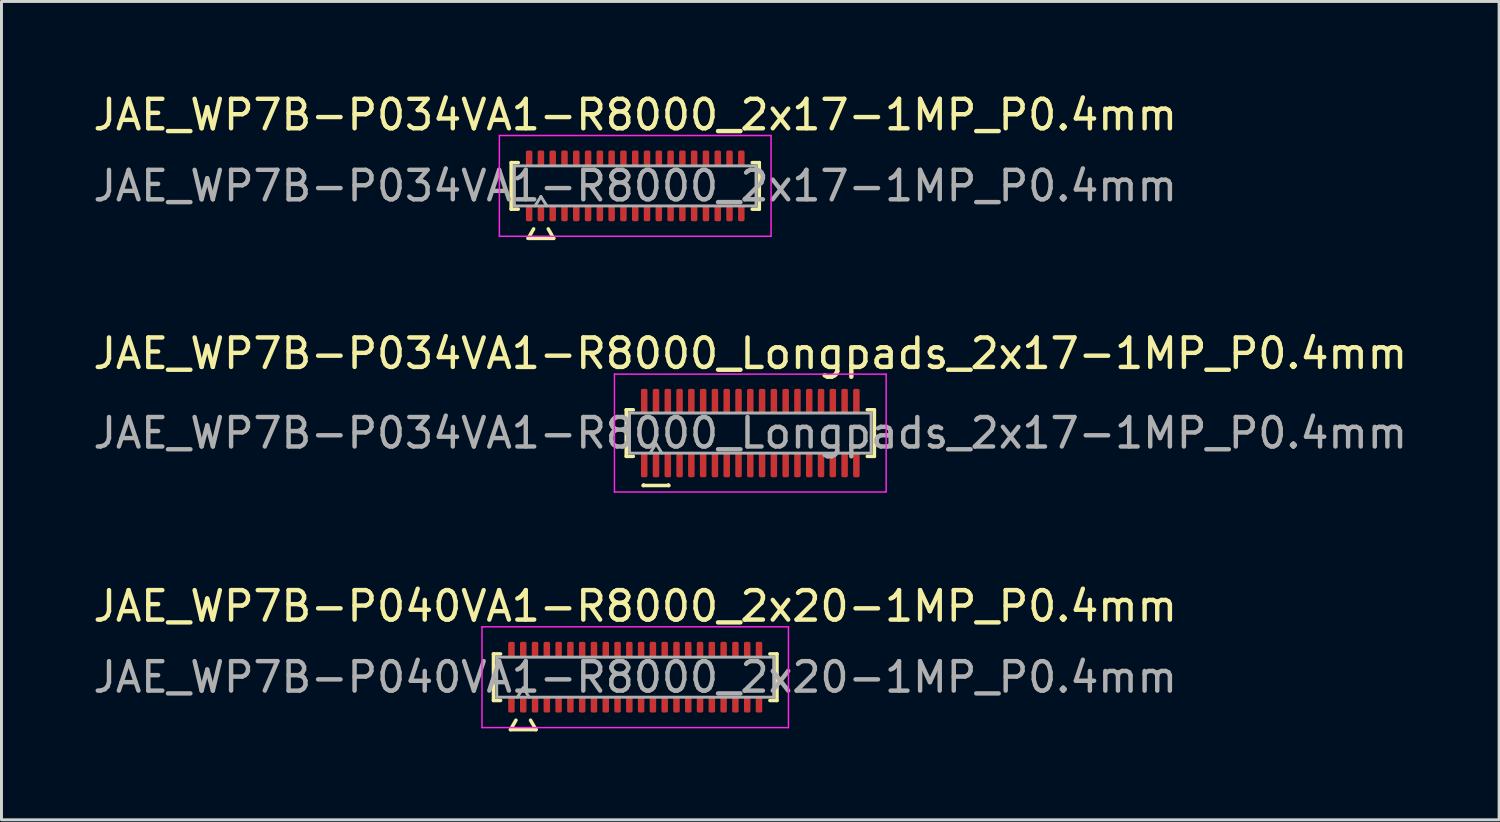
<source format=kicad_pcb>
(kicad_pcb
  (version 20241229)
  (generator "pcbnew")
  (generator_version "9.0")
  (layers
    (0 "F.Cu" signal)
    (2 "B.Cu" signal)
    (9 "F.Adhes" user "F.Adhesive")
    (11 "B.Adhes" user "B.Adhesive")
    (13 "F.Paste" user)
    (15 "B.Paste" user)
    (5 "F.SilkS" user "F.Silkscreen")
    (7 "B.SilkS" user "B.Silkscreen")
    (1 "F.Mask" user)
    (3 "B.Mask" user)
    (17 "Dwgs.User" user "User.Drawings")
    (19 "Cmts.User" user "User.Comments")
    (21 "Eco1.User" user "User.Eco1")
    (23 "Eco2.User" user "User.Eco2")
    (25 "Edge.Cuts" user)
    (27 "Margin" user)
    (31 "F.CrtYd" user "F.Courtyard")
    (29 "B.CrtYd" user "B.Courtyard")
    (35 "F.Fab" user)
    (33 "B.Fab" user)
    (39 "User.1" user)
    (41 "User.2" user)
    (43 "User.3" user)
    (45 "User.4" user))
  (footprint "JAE_WP7B-P040VA1-R8000_2x20-1MP_P0.4mm"
    (layer "F.Cu")
    (at 18.506 19.93)
    (property "Reference" "JAE_WP7B-P040VA1-R8000_2x20-1MP_P0.4mm" (at 0 -2.41 0) (layer "F.SilkS") (effects (font (size 1 1) (thickness 0.15))))
    (attr smd)
    (fp_line (start -4.81 -0.79) (end -4.57 -0.79) (stroke (width 0.12) (type solid)) (layer "F.SilkS"))
    (fp_line (start -4.81 0.79) (end -4.81 -0.79) (stroke (width 0.12) (type solid)) (layer "F.SilkS"))
    (fp_line (start -4.57 0.79) (end -4.81 0.79) (stroke (width 0.12) (type solid)) (layer "F.SilkS"))
    (fp_line (start -4.233 1.78) (end -4.048 1.46) (stroke (width 0.12) (type solid)) (layer "F.SilkS"))
    (fp_line (start -3.552 1.46) (end -3.367 1.78) (stroke (width 0.12) (type solid)) (layer "F.SilkS"))
    (fp_line (start -3.367 1.78) (end -4.233 1.78) (stroke (width 0.12) (type solid)) (layer "F.SilkS"))
    (fp_line (start 4.57 -0.79) (end 4.81 -0.79) (stroke (width 0.12) (type solid)) (layer "F.SilkS"))
    (fp_line (start 4.81 -0.79) (end 4.81 0.79) (stroke (width 0.12) (type solid)) (layer "F.SilkS"))
    (fp_line (start 4.81 0.79) (end 4.57 0.79) (stroke (width 0.12) (type solid)) (layer "F.SilkS"))
    (fp_line (start -5.2 -1.71) (end -5.2 1.71) (stroke (width 0.05) (type solid)) (layer "F.CrtYd"))
    (fp_line (start -5.2 1.71) (end 5.2 1.71) (stroke (width 0.05) (type solid)) (layer "F.CrtYd"))
    (fp_line (start 5.2 -1.71) (end -5.2 -1.71) (stroke (width 0.05) (type solid)) (layer "F.CrtYd"))
    (fp_line (start 5.2 1.71) (end 5.2 -1.71) (stroke (width 0.05) (type solid)) (layer "F.CrtYd"))
    (fp_line (start -4.7 -0.68) (end 4.7 -0.68) (stroke (width 0.1) (type solid)) (layer "F.Fab"))
    (fp_line (start -4.7 0.68) (end -4.7 -0.68) (stroke (width 0.1) (type solid)) (layer "F.Fab"))
    (fp_line (start -4 0.68) (end -3.8 0.36) (stroke (width 0.1) (type solid)) (layer "F.Fab"))
    (fp_line (start -3.8 0.36) (end -3.6 0.68) (stroke (width 0.1) (type solid)) (layer "F.Fab"))
    (fp_line (start 4.7 -0.68) (end 4.7 0.68) (stroke (width 0.1) (type solid)) (layer "F.Fab"))
    (fp_line (start 4.7 0.68) (end -4.7 0.68) (stroke (width 0.1) (type solid)) (layer "F.Fab"))
    (fp_text user "${REFERENCE}" (at 0 0 0) (layer "F.Fab") (effects (font (size 1 1) (thickness 0.15))))
    (pad "1" smd roundrect (at -3.8 0.925) (size 0.22 0.55) (layers "F.Cu" "F.Mask" "F.Paste") (roundrect_rratio 0.25))
    (pad "2" smd roundrect (at -3.8 -0.925) (size 0.22 0.55) (layers "F.Cu" "F.Mask" "F.Paste") (roundrect_rratio 0.25))
    (pad "3" smd roundrect (at -3.4 0.925) (size 0.22 0.55) (layers "F.Cu" "F.Mask" "F.Paste") (roundrect_rratio 0.25))
    (pad "4" smd roundrect (at -3.4 -0.925) (size 0.22 0.55) (layers "F.Cu" "F.Mask" "F.Paste") (roundrect_rratio 0.25))
    (pad "5" smd roundrect (at -3 0.925) (size 0.22 0.55) (layers "F.Cu" "F.Mask" "F.Paste") (roundrect_rratio 0.25))
    (pad "6" smd roundrect (at -3 -0.925) (size 0.22 0.55) (layers "F.Cu" "F.Mask" "F.Paste") (roundrect_rratio 0.25))
    (pad "7" smd roundrect (at -2.6 0.925) (size 0.22 0.55) (layers "F.Cu" "F.Mask" "F.Paste") (roundrect_rratio 0.25))
    (pad "8" smd roundrect (at -2.6 -0.925) (size 0.22 0.55) (layers "F.Cu" "F.Mask" "F.Paste") (roundrect_rratio 0.25))
    (pad "9" smd roundrect (at -2.2 0.925) (size 0.22 0.55) (layers "F.Cu" "F.Mask" "F.Paste") (roundrect_rratio 0.25))
    (pad "10" smd roundrect (at -2.2 -0.925) (size 0.22 0.55) (layers "F.Cu" "F.Mask" "F.Paste") (roundrect_rratio 0.25))
    (pad "11" smd roundrect (at -1.8 0.925) (size 0.22 0.55) (layers "F.Cu" "F.Mask" "F.Paste") (roundrect_rratio 0.25))
    (pad "12" smd roundrect (at -1.8 -0.925) (size 0.22 0.55) (layers "F.Cu" "F.Mask" "F.Paste") (roundrect_rratio 0.25))
    (pad "13" smd roundrect (at -1.4 0.925) (size 0.22 0.55) (layers "F.Cu" "F.Mask" "F.Paste") (roundrect_rratio 0.25))
    (pad "14" smd roundrect (at -1.4 -0.925) (size 0.22 0.55) (layers "F.Cu" "F.Mask" "F.Paste") (roundrect_rratio 0.25))
    (pad "15" smd roundrect (at -1 0.925) (size 0.22 0.55) (layers "F.Cu" "F.Mask" "F.Paste") (roundrect_rratio 0.25))
    (pad "16" smd roundrect (at -1 -0.925) (size 0.22 0.55) (layers "F.Cu" "F.Mask" "F.Paste") (roundrect_rratio 0.25))
    (pad "17" smd roundrect (at -0.6 0.925) (size 0.22 0.55) (layers "F.Cu" "F.Mask" "F.Paste") (roundrect_rratio 0.25))
    (pad "18" smd roundrect (at -0.6 -0.925) (size 0.22 0.55) (layers "F.Cu" "F.Mask" "F.Paste") (roundrect_rratio 0.25))
    (pad "19" smd roundrect (at -0.2 0.925) (size 0.22 0.55) (layers "F.Cu" "F.Mask" "F.Paste") (roundrect_rratio 0.25))
    (pad "20" smd roundrect (at -0.2 -0.925) (size 0.22 0.55) (layers "F.Cu" "F.Mask" "F.Paste") (roundrect_rratio 0.25))
    (pad "21" smd roundrect (at 0.2 0.925) (size 0.22 0.55) (layers "F.Cu" "F.Mask" "F.Paste") (roundrect_rratio 0.25))
    (pad "22" smd roundrect (at 0.2 -0.925) (size 0.22 0.55) (layers "F.Cu" "F.Mask" "F.Paste") (roundrect_rratio 0.25))
    (pad "23" smd roundrect (at 0.6 0.925) (size 0.22 0.55) (layers "F.Cu" "F.Mask" "F.Paste") (roundrect_rratio 0.25))
    (pad "24" smd roundrect (at 0.6 -0.925) (size 0.22 0.55) (layers "F.Cu" "F.Mask" "F.Paste") (roundrect_rratio 0.25))
    (pad "25" smd roundrect (at 1 0.925) (size 0.22 0.55) (layers "F.Cu" "F.Mask" "F.Paste") (roundrect_rratio 0.25))
    (pad "26" smd roundrect (at 1 -0.925) (size 0.22 0.55) (layers "F.Cu" "F.Mask" "F.Paste") (roundrect_rratio 0.25))
    (pad "27" smd roundrect (at 1.4 0.925) (size 0.22 0.55) (layers "F.Cu" "F.Mask" "F.Paste") (roundrect_rratio 0.25))
    (pad "28" smd roundrect (at 1.4 -0.925) (size 0.22 0.55) (layers "F.Cu" "F.Mask" "F.Paste") (roundrect_rratio 0.25))
    (pad "29" smd roundrect (at 1.8 0.925) (size 0.22 0.55) (layers "F.Cu" "F.Mask" "F.Paste") (roundrect_rratio 0.25))
    (pad "30" smd roundrect (at 1.8 -0.925) (size 0.22 0.55) (layers "F.Cu" "F.Mask" "F.Paste") (roundrect_rratio 0.25))
    (pad "31" smd roundrect (at 2.2 0.925) (size 0.22 0.55) (layers "F.Cu" "F.Mask" "F.Paste") (roundrect_rratio 0.25))
    (pad "32" smd roundrect (at 2.2 -0.925) (size 0.22 0.55) (layers "F.Cu" "F.Mask" "F.Paste") (roundrect_rratio 0.25))
    (pad "33" smd roundrect (at 2.6 0.925) (size 0.22 0.55) (layers "F.Cu" "F.Mask" "F.Paste") (roundrect_rratio 0.25))
    (pad "34" smd roundrect (at 2.6 -0.925) (size 0.22 0.55) (layers "F.Cu" "F.Mask" "F.Paste") (roundrect_rratio 0.25))
    (pad "35" smd roundrect (at 3 0.925) (size 0.22 0.55) (layers "F.Cu" "F.Mask" "F.Paste") (roundrect_rratio 0.25))
    (pad "36" smd roundrect (at 3 -0.925) (size 0.22 0.55) (layers "F.Cu" "F.Mask" "F.Paste") (roundrect_rratio 0.25))
    (pad "37" smd roundrect (at 3.4 0.925) (size 0.22 0.55) (layers "F.Cu" "F.Mask" "F.Paste") (roundrect_rratio 0.25))
    (pad "38" smd roundrect (at 3.4 -0.925) (size 0.22 0.55) (layers "F.Cu" "F.Mask" "F.Paste") (roundrect_rratio 0.25))
    (pad "39" smd roundrect (at 3.8 0.925) (size 0.22 0.55) (layers "F.Cu" "F.Mask" "F.Paste") (roundrect_rratio 0.25))
    (pad "40" smd roundrect (at 3.8 -0.925) (size 0.22 0.55) (layers "F.Cu" "F.Mask" "F.Paste") (roundrect_rratio 0.25))
    (pad "MP" smd roundrect (at -4.2 -0.925) (size 0.22 0.55) (layers "F.Cu" "F.Mask" "F.Paste") (roundrect_rratio 0.25))
    (pad "MP" smd roundrect (at -4.2 0.925) (size 0.22 0.55) (layers "F.Cu" "F.Mask" "F.Paste") (roundrect_rratio 0.25))
    (pad "MP" smd roundrect (at 4.2 -0.925) (size 0.22 0.55) (layers "F.Cu" "F.Mask" "F.Paste") (roundrect_rratio 0.25))
    (pad "MP" smd roundrect (at 4.2 0.925) (size 0.22 0.55) (layers "F.Cu" "F.Mask" "F.Paste") (roundrect_rratio 0.25)))
  (footprint "JAE_WP7B-P034VA1-R8000_2x17-1MP_P0.4mm"
    (layer "F.Cu")
    (at 18.506 3.258)
    (property "Reference" "JAE_WP7B-P034VA1-R8000_2x17-1MP_P0.4mm" (at 0 -2.41 0) (layer "F.SilkS") (effects (font (size 1 1) (thickness 0.15))))
    (attr smd)
    (fp_line (start -4.21 -0.79) (end -3.97 -0.79) (stroke (width 0.12) (type solid)) (layer "F.SilkS"))
    (fp_line (start -4.21 0.79) (end -4.21 -0.79) (stroke (width 0.12) (type solid)) (layer "F.SilkS"))
    (fp_line (start -3.97 0.79) (end -4.21 0.79) (stroke (width 0.12) (type solid)) (layer "F.SilkS"))
    (fp_line (start -3.633 1.78) (end -3.448 1.46) (stroke (width 0.12) (type solid)) (layer "F.SilkS"))
    (fp_line (start -2.952 1.46) (end -2.767 1.78) (stroke (width 0.12) (type solid)) (layer "F.SilkS"))
    (fp_line (start -2.767 1.78) (end -3.633 1.78) (stroke (width 0.12) (type solid)) (layer "F.SilkS"))
    (fp_line (start 3.97 -0.79) (end 4.21 -0.79) (stroke (width 0.12) (type solid)) (layer "F.SilkS"))
    (fp_line (start 4.21 -0.79) (end 4.21 0.79) (stroke (width 0.12) (type solid)) (layer "F.SilkS"))
    (fp_line (start 4.21 0.79) (end 3.97 0.79) (stroke (width 0.12) (type solid)) (layer "F.SilkS"))
    (fp_line (start -4.61 -1.71) (end -4.61 1.71) (stroke (width 0.05) (type solid)) (layer "F.CrtYd"))
    (fp_line (start -4.61 1.71) (end 4.61 1.71) (stroke (width 0.05) (type solid)) (layer "F.CrtYd"))
    (fp_line (start 4.61 -1.71) (end -4.61 -1.71) (stroke (width 0.05) (type solid)) (layer "F.CrtYd"))
    (fp_line (start 4.61 1.71) (end 4.61 -1.71) (stroke (width 0.05) (type solid)) (layer "F.CrtYd"))
    (fp_line (start -4.1 -0.68) (end 4.1 -0.68) (stroke (width 0.1) (type solid)) (layer "F.Fab"))
    (fp_line (start -4.1 0.68) (end -4.1 -0.68) (stroke (width 0.1) (type solid)) (layer "F.Fab"))
    (fp_line (start -3.4 0.68) (end -3.2 0.36) (stroke (width 0.1) (type solid)) (layer "F.Fab"))
    (fp_line (start -3.2 0.36) (end -3 0.68) (stroke (width 0.1) (type solid)) (layer "F.Fab"))
    (fp_line (start 4.1 -0.68) (end 4.1 0.68) (stroke (width 0.1) (type solid)) (layer "F.Fab"))
    (fp_line (start 4.1 0.68) (end -4.1 0.68) (stroke (width 0.1) (type solid)) (layer "F.Fab"))
    (fp_text user "${REFERENCE}" (at 0 0 0) (layer "F.Fab") (effects (font (size 1 1) (thickness 0.15))))
    (pad "1" smd roundrect (at -3.2 0.925) (size 0.22 0.55) (layers "F.Cu" "F.Mask" "F.Paste") (roundrect_rratio 0.25))
    (pad "2" smd roundrect (at -3.2 -0.925) (size 0.22 0.55) (layers "F.Cu" "F.Mask" "F.Paste") (roundrect_rratio 0.25))
    (pad "3" smd roundrect (at -2.8 0.925) (size 0.22 0.55) (layers "F.Cu" "F.Mask" "F.Paste") (roundrect_rratio 0.25))
    (pad "4" smd roundrect (at -2.8 -0.925) (size 0.22 0.55) (layers "F.Cu" "F.Mask" "F.Paste") (roundrect_rratio 0.25))
    (pad "5" smd roundrect (at -2.4 0.925) (size 0.22 0.55) (layers "F.Cu" "F.Mask" "F.Paste") (roundrect_rratio 0.25))
    (pad "6" smd roundrect (at -2.4 -0.925) (size 0.22 0.55) (layers "F.Cu" "F.Mask" "F.Paste") (roundrect_rratio 0.25))
    (pad "7" smd roundrect (at -2 0.925) (size 0.22 0.55) (layers "F.Cu" "F.Mask" "F.Paste") (roundrect_rratio 0.25))
    (pad "8" smd roundrect (at -2 -0.925) (size 0.22 0.55) (layers "F.Cu" "F.Mask" "F.Paste") (roundrect_rratio 0.25))
    (pad "9" smd roundrect (at -1.6 0.925) (size 0.22 0.55) (layers "F.Cu" "F.Mask" "F.Paste") (roundrect_rratio 0.25))
    (pad "10" smd roundrect (at -1.6 -0.925) (size 0.22 0.55) (layers "F.Cu" "F.Mask" "F.Paste") (roundrect_rratio 0.25))
    (pad "11" smd roundrect (at -1.2 0.925) (size 0.22 0.55) (layers "F.Cu" "F.Mask" "F.Paste") (roundrect_rratio 0.25))
    (pad "12" smd roundrect (at -1.2 -0.925) (size 0.22 0.55) (layers "F.Cu" "F.Mask" "F.Paste") (roundrect_rratio 0.25))
    (pad "13" smd roundrect (at -0.8 0.925) (size 0.22 0.55) (layers "F.Cu" "F.Mask" "F.Paste") (roundrect_rratio 0.25))
    (pad "14" smd roundrect (at -0.8 -0.925) (size 0.22 0.55) (layers "F.Cu" "F.Mask" "F.Paste") (roundrect_rratio 0.25))
    (pad "15" smd roundrect (at -0.4 0.925) (size 0.22 0.55) (layers "F.Cu" "F.Mask" "F.Paste") (roundrect_rratio 0.25))
    (pad "16" smd roundrect (at -0.4 -0.925) (size 0.22 0.55) (layers "F.Cu" "F.Mask" "F.Paste") (roundrect_rratio 0.25))
    (pad "17" smd roundrect (at 0 0.925) (size 0.22 0.55) (layers "F.Cu" "F.Mask" "F.Paste") (roundrect_rratio 0.25))
    (pad "18" smd roundrect (at 0 -0.925) (size 0.22 0.55) (layers "F.Cu" "F.Mask" "F.Paste") (roundrect_rratio 0.25))
    (pad "19" smd roundrect (at 0.4 0.925) (size 0.22 0.55) (layers "F.Cu" "F.Mask" "F.Paste") (roundrect_rratio 0.25))
    (pad "20" smd roundrect (at 0.4 -0.925) (size 0.22 0.55) (layers "F.Cu" "F.Mask" "F.Paste") (roundrect_rratio 0.25))
    (pad "21" smd roundrect (at 0.8 0.925) (size 0.22 0.55) (layers "F.Cu" "F.Mask" "F.Paste") (roundrect_rratio 0.25))
    (pad "22" smd roundrect (at 0.8 -0.925) (size 0.22 0.55) (layers "F.Cu" "F.Mask" "F.Paste") (roundrect_rratio 0.25))
    (pad "23" smd roundrect (at 1.2 0.925) (size 0.22 0.55) (layers "F.Cu" "F.Mask" "F.Paste") (roundrect_rratio 0.25))
    (pad "24" smd roundrect (at 1.2 -0.925) (size 0.22 0.55) (layers "F.Cu" "F.Mask" "F.Paste") (roundrect_rratio 0.25))
    (pad "25" smd roundrect (at 1.6 0.925) (size 0.22 0.55) (layers "F.Cu" "F.Mask" "F.Paste") (roundrect_rratio 0.25))
    (pad "26" smd roundrect (at 1.6 -0.925) (size 0.22 0.55) (layers "F.Cu" "F.Mask" "F.Paste") (roundrect_rratio 0.25))
    (pad "27" smd roundrect (at 2 0.925) (size 0.22 0.55) (layers "F.Cu" "F.Mask" "F.Paste") (roundrect_rratio 0.25))
    (pad "28" smd roundrect (at 2 -0.925) (size 0.22 0.55) (layers "F.Cu" "F.Mask" "F.Paste") (roundrect_rratio 0.25))
    (pad "29" smd roundrect (at 2.4 0.925) (size 0.22 0.55) (layers "F.Cu" "F.Mask" "F.Paste") (roundrect_rratio 0.25))
    (pad "30" smd roundrect (at 2.4 -0.925) (size 0.22 0.55) (layers "F.Cu" "F.Mask" "F.Paste") (roundrect_rratio 0.25))
    (pad "31" smd roundrect (at 2.8 0.925) (size 0.22 0.55) (layers "F.Cu" "F.Mask" "F.Paste") (roundrect_rratio 0.25))
    (pad "32" smd roundrect (at 2.8 -0.925) (size 0.22 0.55) (layers "F.Cu" "F.Mask" "F.Paste") (roundrect_rratio 0.25))
    (pad "33" smd roundrect (at 3.2 0.925) (size 0.22 0.55) (layers "F.Cu" "F.Mask" "F.Paste") (roundrect_rratio 0.25))
    (pad "34" smd roundrect (at 3.2 -0.925) (size 0.22 0.55) (layers "F.Cu" "F.Mask" "F.Paste") (roundrect_rratio 0.25))
    (pad "MP" smd roundrect (at -3.6 -0.925) (size 0.22 0.55) (layers "F.Cu" "F.Mask" "F.Paste") (roundrect_rratio 0.25))
    (pad "MP" smd roundrect (at -3.6 0.925) (size 0.22 0.55) (layers "F.Cu" "F.Mask" "F.Paste") (roundrect_rratio 0.25))
    (pad "MP" smd roundrect (at 3.6 -0.925) (size 0.22 0.55) (layers "F.Cu" "F.Mask" "F.Paste") (roundrect_rratio 0.25))
    (pad "MP" smd roundrect (at 3.6 0.925) (size 0.22 0.55) (layers "F.Cu" "F.Mask" "F.Paste") (roundrect_rratio 0.25)))
  (footprint "JAE_WP7B-P034VA1-R8000_Longpads_2x17-1MP_P0.4mm"
    (layer "F.Cu")
    (at 22.411 11.646)
    (property "Reference" "JAE_WP7B-P034VA1-R8000_Longpads_2x17-1MP_P0.4mm" (at 0 -2.7 0) (layer "F.SilkS") (effects (font (size 1 1) (thickness 0.15))))
    (attr smd)
    (fp_line (start -4.21 -0.79) (end -3.97 -0.79) (stroke (width 0.12) (type solid)) (layer "F.SilkS"))
    (fp_line (start -4.21 0.79) (end -4.21 -0.79) (stroke (width 0.12) (type solid)) (layer "F.SilkS"))
    (fp_line (start -3.97 0.79) (end -4.21 0.79) (stroke (width 0.12) (type solid)) (layer "F.SilkS"))
    (fp_line (start -3.633 1.78) (end -3.621 1.76) (stroke (width 0.12) (type solid)) (layer "F.SilkS"))
    (fp_line (start -2.779 1.76) (end -2.767 1.78) (stroke (width 0.12) (type solid)) (layer "F.SilkS"))
    (fp_line (start -2.767 1.78) (end -3.633 1.78) (stroke (width 0.12) (type solid)) (layer "F.SilkS"))
    (fp_line (start 3.97 -0.79) (end 4.21 -0.79) (stroke (width 0.12) (type solid)) (layer "F.SilkS"))
    (fp_line (start 4.21 -0.79) (end 4.21 0.79) (stroke (width 0.12) (type solid)) (layer "F.SilkS"))
    (fp_line (start 4.21 0.79) (end 3.97 0.79) (stroke (width 0.12) (type solid)) (layer "F.SilkS"))
    (fp_line (start -4.61 -2) (end -4.61 2) (stroke (width 0.05) (type solid)) (layer "F.CrtYd"))
    (fp_line (start -4.61 2) (end 4.61 2) (stroke (width 0.05) (type solid)) (layer "F.CrtYd"))
    (fp_line (start 4.61 -2) (end -4.61 -2) (stroke (width 0.05) (type solid)) (layer "F.CrtYd"))
    (fp_line (start 4.61 2) (end 4.61 -2) (stroke (width 0.05) (type solid)) (layer "F.CrtYd"))
    (fp_line (start -4.1 -0.68) (end 4.1 -0.68) (stroke (width 0.1) (type solid)) (layer "F.Fab"))
    (fp_line (start -4.1 0.68) (end -4.1 -0.68) (stroke (width 0.1) (type solid)) (layer "F.Fab"))
    (fp_line (start -3.4 0.68) (end -3.2 0.36) (stroke (width 0.1) (type solid)) (layer "F.Fab"))
    (fp_line (start -3.2 0.36) (end -3 0.68) (stroke (width 0.1) (type solid)) (layer "F.Fab"))
    (fp_line (start 4.1 -0.68) (end 4.1 0.68) (stroke (width 0.1) (type solid)) (layer "F.Fab"))
    (fp_line (start 4.1 0.68) (end -4.1 0.68) (stroke (width 0.1) (type solid)) (layer "F.Fab"))
    (fp_text user "${REFERENCE}" (at 0 0 0) (layer "F.Fab") (effects (font (size 1 1) (thickness 0.15))))
    (pad "1" smd roundrect (at -3.2 1.075) (size 0.22 0.85) (layers "F.Cu" "F.Mask" "F.Paste") (roundrect_rratio 0.25))
    (pad "2" smd roundrect (at -3.2 -1.075) (size 0.22 0.85) (layers "F.Cu" "F.Mask" "F.Paste") (roundrect_rratio 0.25))
    (pad "3" smd roundrect (at -2.8 1.075) (size 0.22 0.85) (layers "F.Cu" "F.Mask" "F.Paste") (roundrect_rratio 0.25))
    (pad "4" smd roundrect (at -2.8 -1.075) (size 0.22 0.85) (layers "F.Cu" "F.Mask" "F.Paste") (roundrect_rratio 0.25))
    (pad "5" smd roundrect (at -2.4 1.075) (size 0.22 0.85) (layers "F.Cu" "F.Mask" "F.Paste") (roundrect_rratio 0.25))
    (pad "6" smd roundrect (at -2.4 -1.075) (size 0.22 0.85) (layers "F.Cu" "F.Mask" "F.Paste") (roundrect_rratio 0.25))
    (pad "7" smd roundrect (at -2 1.075) (size 0.22 0.85) (layers "F.Cu" "F.Mask" "F.Paste") (roundrect_rratio 0.25))
    (pad "8" smd roundrect (at -2 -1.075) (size 0.22 0.85) (layers "F.Cu" "F.Mask" "F.Paste") (roundrect_rratio 0.25))
    (pad "9" smd roundrect (at -1.6 1.075) (size 0.22 0.85) (layers "F.Cu" "F.Mask" "F.Paste") (roundrect_rratio 0.25))
    (pad "10" smd roundrect (at -1.6 -1.075) (size 0.22 0.85) (layers "F.Cu" "F.Mask" "F.Paste") (roundrect_rratio 0.25))
    (pad "11" smd roundrect (at -1.2 1.075) (size 0.22 0.85) (layers "F.Cu" "F.Mask" "F.Paste") (roundrect_rratio 0.25))
    (pad "12" smd roundrect (at -1.2 -1.075) (size 0.22 0.85) (layers "F.Cu" "F.Mask" "F.Paste") (roundrect_rratio 0.25))
    (pad "13" smd roundrect (at -0.8 1.075) (size 0.22 0.85) (layers "F.Cu" "F.Mask" "F.Paste") (roundrect_rratio 0.25))
    (pad "14" smd roundrect (at -0.8 -1.075) (size 0.22 0.85) (layers "F.Cu" "F.Mask" "F.Paste") (roundrect_rratio 0.25))
    (pad "15" smd roundrect (at -0.4 1.075) (size 0.22 0.85) (layers "F.Cu" "F.Mask" "F.Paste") (roundrect_rratio 0.25))
    (pad "16" smd roundrect (at -0.4 -1.075) (size 0.22 0.85) (layers "F.Cu" "F.Mask" "F.Paste") (roundrect_rratio 0.25))
    (pad "17" smd roundrect (at 0 1.075) (size 0.22 0.85) (layers "F.Cu" "F.Mask" "F.Paste") (roundrect_rratio 0.25))
    (pad "18" smd roundrect (at 0 -1.075) (size 0.22 0.85) (layers "F.Cu" "F.Mask" "F.Paste") (roundrect_rratio 0.25))
    (pad "19" smd roundrect (at 0.4 1.075) (size 0.22 0.85) (layers "F.Cu" "F.Mask" "F.Paste") (roundrect_rratio 0.25))
    (pad "20" smd roundrect (at 0.4 -1.075) (size 0.22 0.85) (layers "F.Cu" "F.Mask" "F.Paste") (roundrect_rratio 0.25))
    (pad "21" smd roundrect (at 0.8 1.075) (size 0.22 0.85) (layers "F.Cu" "F.Mask" "F.Paste") (roundrect_rratio 0.25))
    (pad "22" smd roundrect (at 0.8 -1.075) (size 0.22 0.85) (layers "F.Cu" "F.Mask" "F.Paste") (roundrect_rratio 0.25))
    (pad "23" smd roundrect (at 1.2 1.075) (size 0.22 0.85) (layers "F.Cu" "F.Mask" "F.Paste") (roundrect_rratio 0.25))
    (pad "24" smd roundrect (at 1.2 -1.075) (size 0.22 0.85) (layers "F.Cu" "F.Mask" "F.Paste") (roundrect_rratio 0.25))
    (pad "25" smd roundrect (at 1.6 1.075) (size 0.22 0.85) (layers "F.Cu" "F.Mask" "F.Paste") (roundrect_rratio 0.25))
    (pad "26" smd roundrect (at 1.6 -1.075) (size 0.22 0.85) (layers "F.Cu" "F.Mask" "F.Paste") (roundrect_rratio 0.25))
    (pad "27" smd roundrect (at 2 1.075) (size 0.22 0.85) (layers "F.Cu" "F.Mask" "F.Paste") (roundrect_rratio 0.25))
    (pad "28" smd roundrect (at 2 -1.075) (size 0.22 0.85) (layers "F.Cu" "F.Mask" "F.Paste") (roundrect_rratio 0.25))
    (pad "29" smd roundrect (at 2.4 1.075) (size 0.22 0.85) (layers "F.Cu" "F.Mask" "F.Paste") (roundrect_rratio 0.25))
    (pad "30" smd roundrect (at 2.4 -1.075) (size 0.22 0.85) (layers "F.Cu" "F.Mask" "F.Paste") (roundrect_rratio 0.25))
    (pad "31" smd roundrect (at 2.8 1.075) (size 0.22 0.85) (layers "F.Cu" "F.Mask" "F.Paste") (roundrect_rratio 0.25))
    (pad "32" smd roundrect (at 2.8 -1.075) (size 0.22 0.85) (layers "F.Cu" "F.Mask" "F.Paste") (roundrect_rratio 0.25))
    (pad "33" smd roundrect (at 3.2 1.075) (size 0.22 0.85) (layers "F.Cu" "F.Mask" "F.Paste") (roundrect_rratio 0.25))
    (pad "34" smd roundrect (at 3.2 -1.075) (size 0.22 0.85) (layers "F.Cu" "F.Mask" "F.Paste") (roundrect_rratio 0.25))
    (pad "MP" smd roundrect (at -3.6 -1.075) (size 0.22 0.85) (layers "F.Cu" "F.Mask" "F.Paste") (roundrect_rratio 0.25))
    (pad "MP" smd roundrect (at -3.6 1.075) (size 0.22 0.85) (layers "F.Cu" "F.Mask" "F.Paste") (roundrect_rratio 0.25))
    (pad "MP" smd roundrect (at 3.6 -1.075) (size 0.22 0.85) (layers "F.Cu" "F.Mask" "F.Paste") (roundrect_rratio 0.25))
    (pad "MP" smd roundrect (at 3.6 1.075) (size 0.22 0.85) (layers "F.Cu" "F.Mask" "F.Paste") (roundrect_rratio 0.25)))
  (gr_rect
    (start -3 -3)
    (end 47.821 24.77)
    (stroke (width 0.1) (type default))
    (fill no)
    (layer "Edge.Cuts")))
</source>
